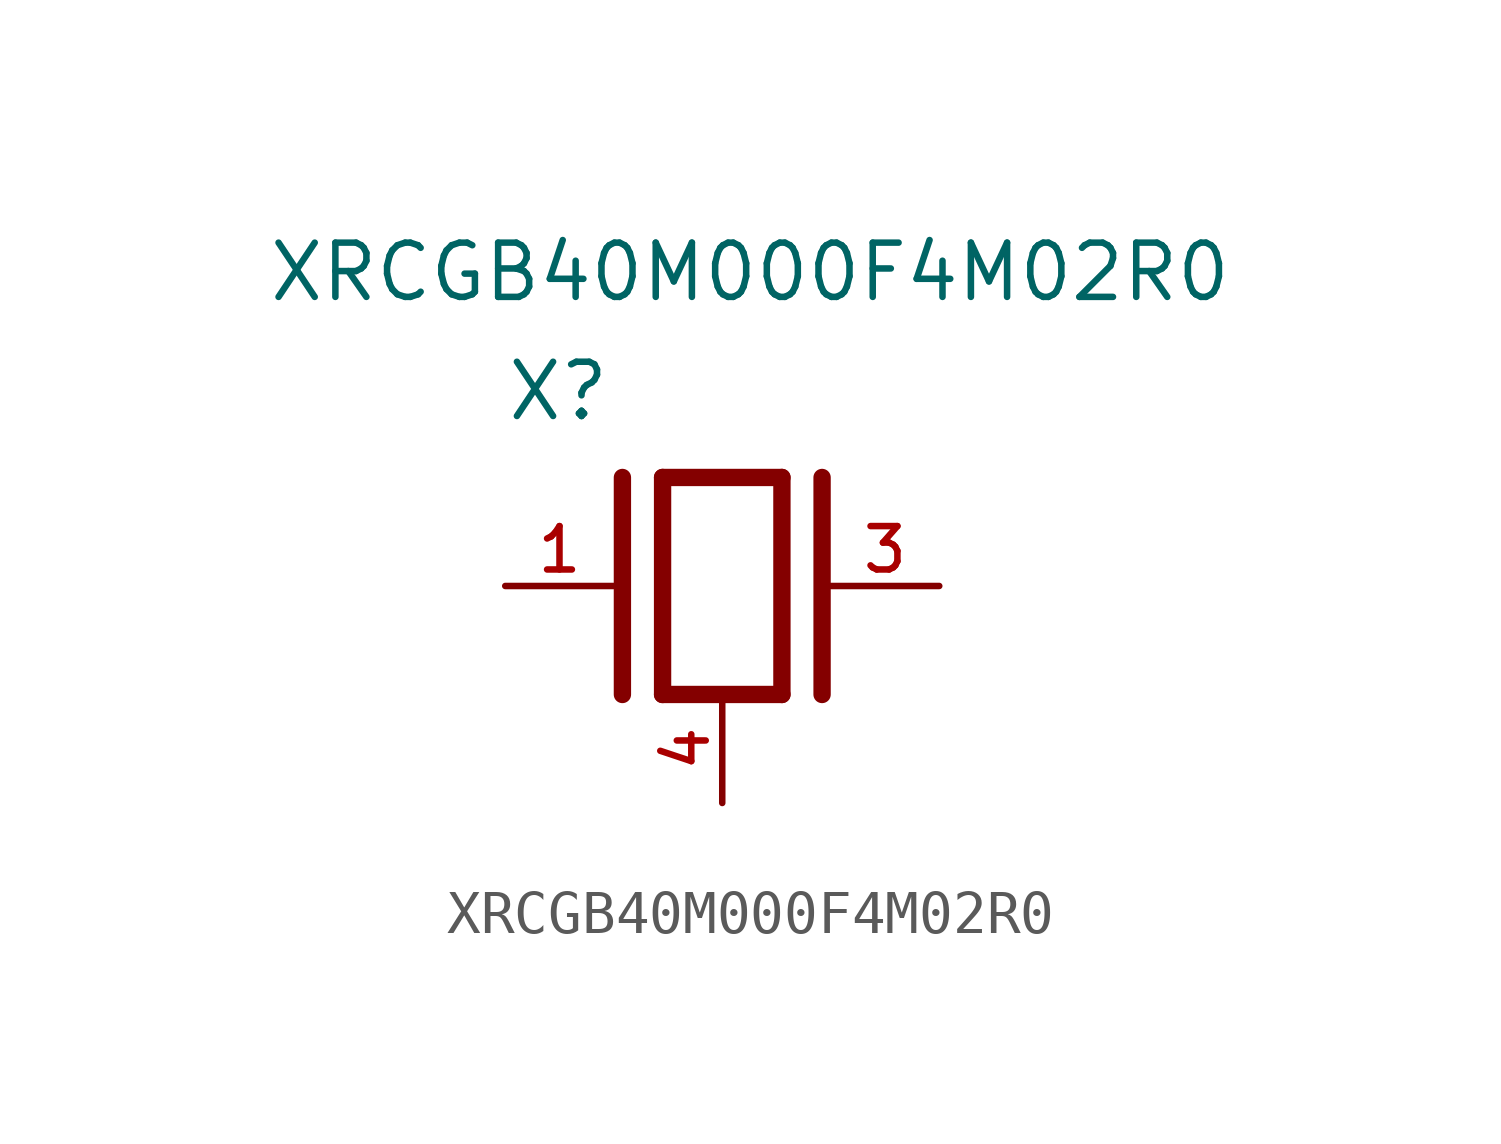
<source format=kicad_sym>
(kicad_symbol_lib
  (version 20231120)
  (generator "kicad_symbol_editor")
  (generator_version "8.0")
  (symbol "XRCGB40M000F4M02R0"
    (pin_names
      (offset 1.016))
    (property "Reference" "X"
      (at -5.088 3.816 0)
      (effects (font (size 1.27 1.27)) (justify left bottom)))
    (property "Value" "XRCGB40M000F4M02R0"
      (at -10.668 6.604 0)
      (effects (font (size 1.27 1.27)) (justify left bottom)))
    (symbol "XRCGB40M000F4M02R0_0_0"
      (polyline (pts (xy -2.337 2.54) (xy -2.337 -2.54)) (stroke (width 0.406) (type default)) (fill (type none)))
      (polyline (pts (xy -1.397 2.54) (xy -1.397 -2.54)) (stroke (width 0.406) (type default)) (fill (type none)))
      (polyline (pts (xy -1.397 2.54) (xy 1.397 2.54)) (stroke (width 0.406) (type default)) (fill (type none)))
      (polyline (pts (xy 1.397 -2.54) (xy -1.397 -2.54)) (stroke (width 0.406) (type default)) (fill (type none)))
      (polyline (pts (xy 1.397 2.54) (xy 1.397 -2.54)) (stroke (width 0.406) (type default)) (fill (type none)))
      (polyline (pts (xy 2.337 2.54) (xy 2.337 -2.54)) (stroke (width 0.406) (type default)) (fill (type none)))
      (pin passive line (at -5.08 0 0) (length 2.54) (name "~" (effects (font (size 1.016 1.016)))) (number "1" (effects (font (size 1.016 1.016)))))
      (pin passive line (at 5.08 0 180) (length 2.54) (name "~" (effects (font (size 1.016 1.016)))) (number "3" (effects (font (size 1.016 1.016))))))
    (symbol "XRCGB40M000F4M02R0_1_0"
      (pin power_out line (at 0 -5.08 90) (length 2.54) hide (name "~" (effects (font (size 1.016 1.016)))) (number "2" (effects (font (size 1.016 1.016)))))
      (pin power_out line (at 0 -5.08 90) (length 2.54) (name "~" (effects (font (size 1.016 1.016)))) (number "4" (effects (font (size 1.016 1.016))))))))
</source>
